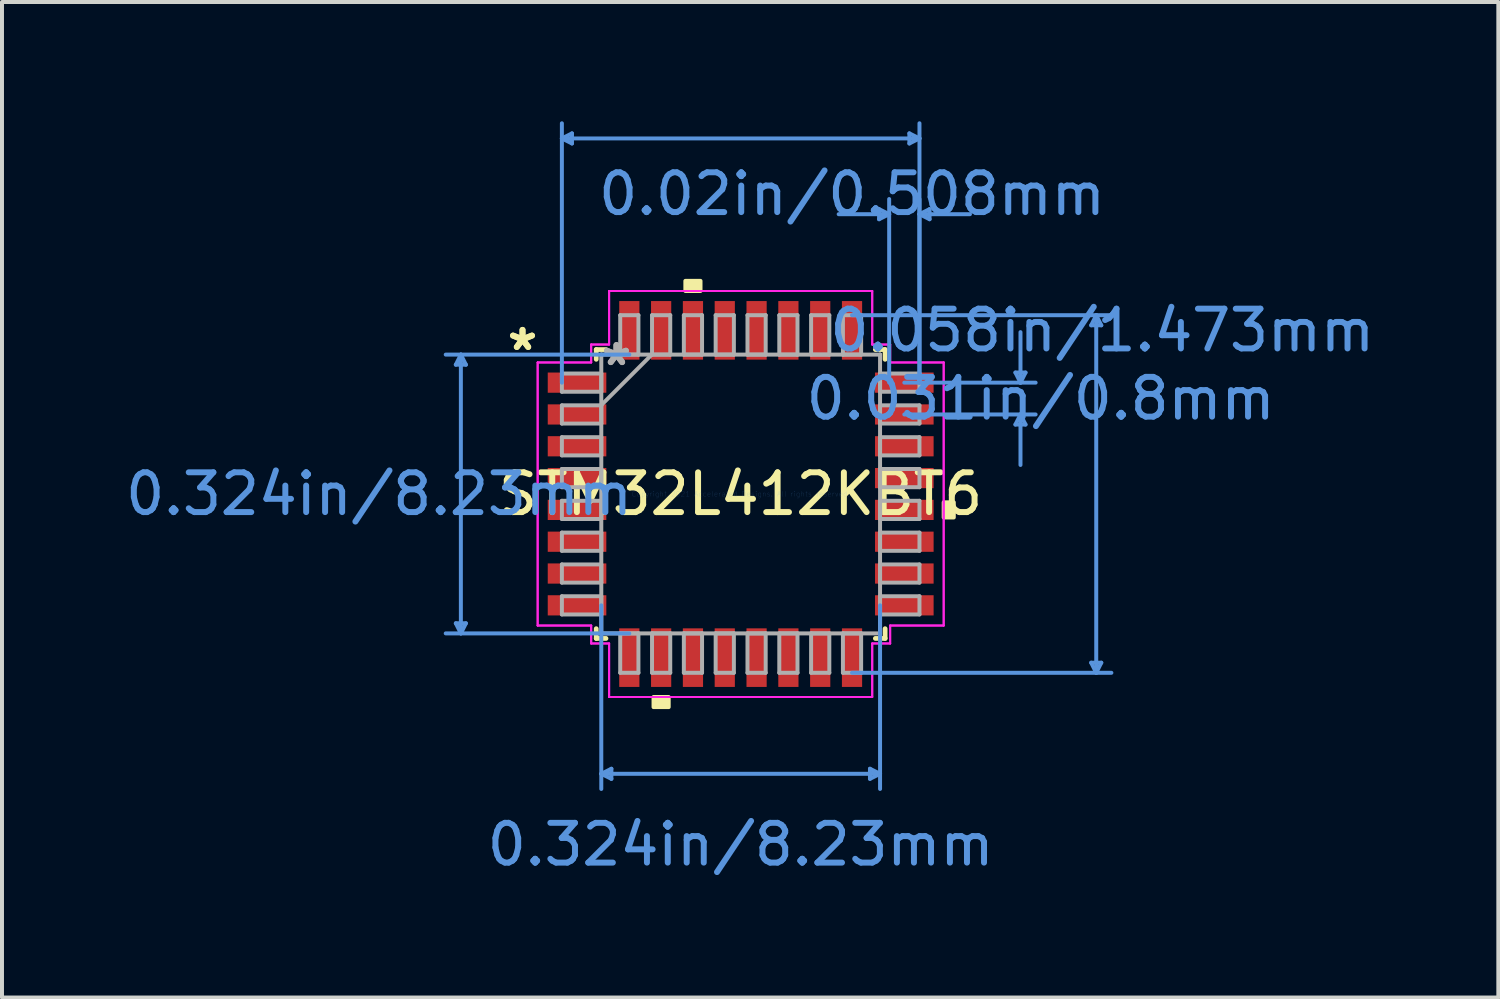
<source format=kicad_pcb>
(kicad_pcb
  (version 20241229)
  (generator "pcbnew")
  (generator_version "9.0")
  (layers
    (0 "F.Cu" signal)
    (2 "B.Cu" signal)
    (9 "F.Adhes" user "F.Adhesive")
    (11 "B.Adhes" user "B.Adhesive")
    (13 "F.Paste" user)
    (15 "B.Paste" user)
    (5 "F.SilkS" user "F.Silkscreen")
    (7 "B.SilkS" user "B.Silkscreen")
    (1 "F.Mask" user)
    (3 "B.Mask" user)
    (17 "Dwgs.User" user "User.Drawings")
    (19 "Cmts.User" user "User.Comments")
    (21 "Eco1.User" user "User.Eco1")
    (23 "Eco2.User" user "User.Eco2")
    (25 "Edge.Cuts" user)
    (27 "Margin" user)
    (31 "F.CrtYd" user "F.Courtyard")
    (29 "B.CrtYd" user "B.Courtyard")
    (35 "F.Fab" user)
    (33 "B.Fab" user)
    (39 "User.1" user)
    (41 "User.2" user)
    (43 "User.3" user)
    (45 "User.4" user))
  (footprint "STM32L412KBT6"
    (layer "F.Cu")
    (at 15.575 9.372)
    (property "Reference" "STM32L412KBT6" (at 0 0 0) (layer "F.SilkS") (effects (font (size 1 1) (thickness 0.15))))
    (attr through_hole)
    (fp_line (start -3.632 -3.632) (end -3.632 -3.387) (stroke (width 0.12) (type solid)) (layer "F.SilkS"))
    (fp_line (start -3.632 3.387) (end -3.632 3.632) (stroke (width 0.12) (type solid)) (layer "F.SilkS"))
    (fp_line (start -3.632 3.632) (end -3.387 3.632) (stroke (width 0.12) (type solid)) (layer "F.SilkS"))
    (fp_line (start -3.387 -3.632) (end -3.632 -3.632) (stroke (width 0.12) (type solid)) (layer "F.SilkS"))
    (fp_line (start 3.387 3.632) (end 3.632 3.632) (stroke (width 0.12) (type solid)) (layer "F.SilkS"))
    (fp_line (start 3.632 -3.632) (end 3.387 -3.632) (stroke (width 0.12) (type solid)) (layer "F.SilkS"))
    (fp_line (start 3.632 -3.387) (end 3.632 -3.632) (stroke (width 0.12) (type solid)) (layer "F.SilkS"))
    (fp_line (start 3.632 3.632) (end 3.632 3.387) (stroke (width 0.12) (type solid)) (layer "F.SilkS"))
    (fp_poly (pts (xy -2.191 5.105) (xy -2.191 5.359) (xy -1.81 5.359) (xy -1.81 5.105)) (stroke (width 0.1) (type solid)) (fill yes) (layer "F.SilkS"))
    (fp_poly (pts (xy -1.391 -5.105) (xy -1.391 -5.359) (xy -1.01 -5.359) (xy -1.01 -5.105)) (stroke (width 0.1) (type solid)) (fill yes) (layer "F.SilkS"))
    (fp_poly (pts (xy 5.359 0.209) (xy 5.359 0.59) (xy 5.105 0.59) (xy 5.105 0.209)) (stroke (width 0.1) (type solid)) (fill yes) (layer "F.SilkS"))
    (fp_line (start -7.163 -3.251) (end -6.909 -3.251) (stroke (width 0.1) (type solid)) (layer "Cmts.User"))
    (fp_line (start -7.163 3.251) (end -6.909 3.251) (stroke (width 0.1) (type solid)) (layer "Cmts.User"))
    (fp_line (start -7.036 -3.505) (end -7.163 -3.251) (stroke (width 0.1) (type solid)) (layer "Cmts.User"))
    (fp_line (start -7.036 -3.505) (end -7.036 3.505) (stroke (width 0.1) (type solid)) (layer "Cmts.User"))
    (fp_line (start -7.036 -3.505) (end -6.909 -3.251) (stroke (width 0.1) (type solid)) (layer "Cmts.User"))
    (fp_line (start -7.036 3.505) (end -7.163 3.251) (stroke (width 0.1) (type solid)) (layer "Cmts.User"))
    (fp_line (start -7.036 3.505) (end -6.909 3.251) (stroke (width 0.1) (type solid)) (layer "Cmts.User"))
    (fp_line (start -4.496 -8.941) (end -4.242 -9.068) (stroke (width 0.1) (type solid)) (layer "Cmts.User"))
    (fp_line (start -4.496 -8.941) (end -4.242 -8.814) (stroke (width 0.1) (type solid)) (layer "Cmts.User"))
    (fp_line (start -4.496 -8.941) (end 4.496 -8.941) (stroke (width 0.1) (type solid)) (layer "Cmts.User"))
    (fp_line (start -4.496 -2.8) (end -4.496 -9.322) (stroke (width 0.1) (type solid)) (layer "Cmts.User"))
    (fp_line (start -4.242 -9.068) (end -4.242 -8.814) (stroke (width 0.1) (type solid)) (layer "Cmts.User"))
    (fp_line (start -3.505 2.8) (end -3.505 7.417) (stroke (width 0.1) (type solid)) (layer "Cmts.User"))
    (fp_line (start -3.505 7.036) (end -3.251 6.909) (stroke (width 0.1) (type solid)) (layer "Cmts.User"))
    (fp_line (start -3.505 7.036) (end -3.251 7.163) (stroke (width 0.1) (type solid)) (layer "Cmts.User"))
    (fp_line (start -3.505 7.036) (end 3.505 7.036) (stroke (width 0.1) (type solid)) (layer "Cmts.User"))
    (fp_line (start -3.251 6.909) (end -3.251 7.163) (stroke (width 0.1) (type solid)) (layer "Cmts.User"))
    (fp_line (start -2.8 -3.505) (end -7.417 -3.505) (stroke (width 0.1) (type solid)) (layer "Cmts.User"))
    (fp_line (start -2.8 3.505) (end -7.417 3.505) (stroke (width 0.1) (type solid)) (layer "Cmts.User"))
    (fp_line (start 2.8 -4.496) (end 9.322 -4.496) (stroke (width 0.1) (type solid)) (layer "Cmts.User"))
    (fp_line (start 2.8 4.496) (end 9.322 4.496) (stroke (width 0.1) (type solid)) (layer "Cmts.User"))
    (fp_line (start 3.251 6.909) (end 3.251 7.163) (stroke (width 0.1) (type solid)) (layer "Cmts.User"))
    (fp_line (start 3.48 -7.163) (end 3.48 -6.909) (stroke (width 0.1) (type solid)) (layer "Cmts.User"))
    (fp_line (start 3.505 2.8) (end 3.505 7.417) (stroke (width 0.1) (type solid)) (layer "Cmts.User"))
    (fp_line (start 3.505 7.036) (end 3.251 6.909) (stroke (width 0.1) (type solid)) (layer "Cmts.User"))
    (fp_line (start 3.505 7.036) (end 3.251 7.163) (stroke (width 0.1) (type solid)) (layer "Cmts.User"))
    (fp_line (start 3.734 -7.036) (end 2.464 -7.036) (stroke (width 0.1) (type solid)) (layer "Cmts.User"))
    (fp_line (start 3.734 -7.036) (end 3.48 -7.163) (stroke (width 0.1) (type solid)) (layer "Cmts.User"))
    (fp_line (start 3.734 -7.036) (end 3.48 -6.909) (stroke (width 0.1) (type solid)) (layer "Cmts.User"))
    (fp_line (start 3.734 -2.8) (end 3.734 -7.417) (stroke (width 0.1) (type solid)) (layer "Cmts.User"))
    (fp_line (start 4.115 -2.8) (end 7.417 -2.8) (stroke (width 0.1) (type solid)) (layer "Cmts.User"))
    (fp_line (start 4.115 -2) (end 7.417 -2) (stroke (width 0.1) (type solid)) (layer "Cmts.User"))
    (fp_line (start 4.242 -9.068) (end 4.242 -8.814) (stroke (width 0.1) (type solid)) (layer "Cmts.User"))
    (fp_line (start 4.496 -8.941) (end 4.242 -9.068) (stroke (width 0.1) (type solid)) (layer "Cmts.User"))
    (fp_line (start 4.496 -8.941) (end 4.242 -8.814) (stroke (width 0.1) (type solid)) (layer "Cmts.User"))
    (fp_line (start 4.496 -7.036) (end 4.75 -7.163) (stroke (width 0.1) (type solid)) (layer "Cmts.User"))
    (fp_line (start 4.496 -7.036) (end 4.75 -6.909) (stroke (width 0.1) (type solid)) (layer "Cmts.User"))
    (fp_line (start 4.496 -7.036) (end 5.766 -7.036) (stroke (width 0.1) (type solid)) (layer "Cmts.User"))
    (fp_line (start 4.496 -2.8) (end 4.496 -9.322) (stroke (width 0.1) (type solid)) (layer "Cmts.User"))
    (fp_line (start 4.496 -2.8) (end 4.496 -7.417) (stroke (width 0.1) (type solid)) (layer "Cmts.User"))
    (fp_line (start 4.75 -7.163) (end 4.75 -6.909) (stroke (width 0.1) (type solid)) (layer "Cmts.User"))
    (fp_line (start 6.909 -3.054) (end 7.163 -3.054) (stroke (width 0.1) (type solid)) (layer "Cmts.User"))
    (fp_line (start 6.909 -1.746) (end 7.163 -1.746) (stroke (width 0.1) (type solid)) (layer "Cmts.User"))
    (fp_line (start 7.036 -2.8) (end 6.909 -3.054) (stroke (width 0.1) (type solid)) (layer "Cmts.User"))
    (fp_line (start 7.036 -2.8) (end 7.036 -4.07) (stroke (width 0.1) (type solid)) (layer "Cmts.User"))
    (fp_line (start 7.036 -2.8) (end 7.163 -3.054) (stroke (width 0.1) (type solid)) (layer "Cmts.User"))
    (fp_line (start 7.036 -2) (end 6.909 -1.746) (stroke (width 0.1) (type solid)) (layer "Cmts.User"))
    (fp_line (start 7.036 -2) (end 7.036 -0.73) (stroke (width 0.1) (type solid)) (layer "Cmts.User"))
    (fp_line (start 7.036 -2) (end 7.163 -1.746) (stroke (width 0.1) (type solid)) (layer "Cmts.User"))
    (fp_line (start 8.814 -4.242) (end 9.068 -4.242) (stroke (width 0.1) (type solid)) (layer "Cmts.User"))
    (fp_line (start 8.814 4.242) (end 9.068 4.242) (stroke (width 0.1) (type solid)) (layer "Cmts.User"))
    (fp_line (start 8.941 -4.496) (end 8.814 -4.242) (stroke (width 0.1) (type solid)) (layer "Cmts.User"))
    (fp_line (start 8.941 -4.496) (end 8.941 4.496) (stroke (width 0.1) (type solid)) (layer "Cmts.User"))
    (fp_line (start 8.941 -4.496) (end 9.068 -4.242) (stroke (width 0.1) (type solid)) (layer "Cmts.User"))
    (fp_line (start 8.941 4.496) (end 8.814 4.242) (stroke (width 0.1) (type solid)) (layer "Cmts.User"))
    (fp_line (start 8.941 4.496) (end 9.068 4.242) (stroke (width 0.1) (type solid)) (layer "Cmts.User"))
    (fp_line (start -5.105 -3.308) (end -3.759 -3.308) (stroke (width 0.05) (type solid)) (layer "F.CrtYd"))
    (fp_line (start -5.105 -3.308) (end -3.759 -3.308) (stroke (width 0.05) (type solid)) (layer "F.CrtYd"))
    (fp_line (start -5.105 3.308) (end -5.105 -3.308) (stroke (width 0.05) (type solid)) (layer "F.CrtYd"))
    (fp_line (start -5.105 3.308) (end -5.105 -3.308) (stroke (width 0.05) (type solid)) (layer "F.CrtYd"))
    (fp_line (start -3.759 -3.759) (end -3.308 -3.759) (stroke (width 0.05) (type solid)) (layer "F.CrtYd"))
    (fp_line (start -3.759 -3.759) (end -3.308 -3.759) (stroke (width 0.05) (type solid)) (layer "F.CrtYd"))
    (fp_line (start -3.759 -3.308) (end -3.759 -3.759) (stroke (width 0.05) (type solid)) (layer "F.CrtYd"))
    (fp_line (start -3.759 -3.308) (end -3.759 -3.759) (stroke (width 0.05) (type solid)) (layer "F.CrtYd"))
    (fp_line (start -3.759 3.308) (end -5.105 3.308) (stroke (width 0.05) (type solid)) (layer "F.CrtYd"))
    (fp_line (start -3.759 3.308) (end -5.105 3.308) (stroke (width 0.05) (type solid)) (layer "F.CrtYd"))
    (fp_line (start -3.759 3.759) (end -3.759 3.308) (stroke (width 0.05) (type solid)) (layer "F.CrtYd"))
    (fp_line (start -3.759 3.759) (end -3.759 3.308) (stroke (width 0.05) (type solid)) (layer "F.CrtYd"))
    (fp_line (start -3.759 3.759) (end -3.308 3.759) (stroke (width 0.05) (type solid)) (layer "F.CrtYd"))
    (fp_line (start -3.308 -5.105) (end 3.308 -5.105) (stroke (width 0.05) (type solid)) (layer "F.CrtYd"))
    (fp_line (start -3.308 -5.105) (end 3.308 -5.105) (stroke (width 0.05) (type solid)) (layer "F.CrtYd"))
    (fp_line (start -3.308 -3.759) (end -3.308 -5.105) (stroke (width 0.05) (type solid)) (layer "F.CrtYd"))
    (fp_line (start -3.308 -3.759) (end -3.308 -5.105) (stroke (width 0.05) (type solid)) (layer "F.CrtYd"))
    (fp_line (start -3.308 3.759) (end -3.759 3.759) (stroke (width 0.05) (type solid)) (layer "F.CrtYd"))
    (fp_line (start -3.308 3.759) (end -3.308 5.105) (stroke (width 0.05) (type solid)) (layer "F.CrtYd"))
    (fp_line (start -3.308 5.105) (end -3.308 3.759) (stroke (width 0.05) (type solid)) (layer "F.CrtYd"))
    (fp_line (start -3.308 5.105) (end 3.308 5.105) (stroke (width 0.05) (type solid)) (layer "F.CrtYd"))
    (fp_line (start 3.308 -5.105) (end 3.308 -3.759) (stroke (width 0.05) (type solid)) (layer "F.CrtYd"))
    (fp_line (start 3.308 -5.105) (end 3.308 -3.759) (stroke (width 0.05) (type solid)) (layer "F.CrtYd"))
    (fp_line (start 3.308 -3.759) (end 3.759 -3.759) (stroke (width 0.05) (type solid)) (layer "F.CrtYd"))
    (fp_line (start 3.308 -3.759) (end 3.759 -3.759) (stroke (width 0.05) (type solid)) (layer "F.CrtYd"))
    (fp_line (start 3.308 3.759) (end 3.308 5.105) (stroke (width 0.05) (type solid)) (layer "F.CrtYd"))
    (fp_line (start 3.308 3.759) (end 3.759 3.759) (stroke (width 0.05) (type solid)) (layer "F.CrtYd"))
    (fp_line (start 3.308 5.105) (end -3.308 5.105) (stroke (width 0.05) (type solid)) (layer "F.CrtYd"))
    (fp_line (start 3.308 5.105) (end 3.308 3.759) (stroke (width 0.05) (type solid)) (layer "F.CrtYd"))
    (fp_line (start 3.759 -3.759) (end 3.759 -3.308) (stroke (width 0.05) (type solid)) (layer "F.CrtYd"))
    (fp_line (start 3.759 -3.308) (end 3.759 -3.759) (stroke (width 0.05) (type solid)) (layer "F.CrtYd"))
    (fp_line (start 3.759 -3.308) (end 5.105 -3.308) (stroke (width 0.05) (type solid)) (layer "F.CrtYd"))
    (fp_line (start 3.759 3.308) (end 3.759 3.759) (stroke (width 0.05) (type solid)) (layer "F.CrtYd"))
    (fp_line (start 3.759 3.308) (end 5.105 3.308) (stroke (width 0.05) (type solid)) (layer "F.CrtYd"))
    (fp_line (start 3.759 3.759) (end 3.308 3.759) (stroke (width 0.05) (type solid)) (layer "F.CrtYd"))
    (fp_line (start 3.759 3.759) (end 3.759 3.308) (stroke (width 0.05) (type solid)) (layer "F.CrtYd"))
    (fp_line (start 5.105 -3.308) (end 3.759 -3.308) (stroke (width 0.05) (type solid)) (layer "F.CrtYd"))
    (fp_line (start 5.105 -3.308) (end 5.105 3.308) (stroke (width 0.05) (type solid)) (layer "F.CrtYd"))
    (fp_line (start 5.105 3.308) (end 3.759 3.308) (stroke (width 0.05) (type solid)) (layer "F.CrtYd"))
    (fp_line (start 5.105 3.308) (end 5.105 -3.308) (stroke (width 0.05) (type solid)) (layer "F.CrtYd"))
    (fp_line (start -4.496 -3.029) (end -4.496 -2.571) (stroke (width 0.1) (type solid)) (layer "F.Fab"))
    (fp_line (start -4.496 -2.571) (end -3.505 -2.571) (stroke (width 0.1) (type solid)) (layer "F.Fab"))
    (fp_line (start -4.496 -2.229) (end -4.496 -1.771) (stroke (width 0.1) (type solid)) (layer "F.Fab"))
    (fp_line (start -4.496 -1.771) (end -3.505 -1.771) (stroke (width 0.1) (type solid)) (layer "F.Fab"))
    (fp_line (start -4.496 -1.429) (end -4.496 -0.971) (stroke (width 0.1) (type solid)) (layer "F.Fab"))
    (fp_line (start -4.496 -0.971) (end -3.505 -0.971) (stroke (width 0.1) (type solid)) (layer "F.Fab"))
    (fp_line (start -4.496 -0.629) (end -4.496 -0.171) (stroke (width 0.1) (type solid)) (layer "F.Fab"))
    (fp_line (start -4.496 -0.171) (end -3.505 -0.171) (stroke (width 0.1) (type solid)) (layer "F.Fab"))
    (fp_line (start -4.496 0.171) (end -4.496 0.629) (stroke (width 0.1) (type solid)) (layer "F.Fab"))
    (fp_line (start -4.496 0.629) (end -3.505 0.629) (stroke (width 0.1) (type solid)) (layer "F.Fab"))
    (fp_line (start -4.496 0.971) (end -4.496 1.429) (stroke (width 0.1) (type solid)) (layer "F.Fab"))
    (fp_line (start -4.496 1.429) (end -3.505 1.429) (stroke (width 0.1) (type solid)) (layer "F.Fab"))
    (fp_line (start -4.496 1.771) (end -4.496 2.229) (stroke (width 0.1) (type solid)) (layer "F.Fab"))
    (fp_line (start -4.496 2.229) (end -3.505 2.229) (stroke (width 0.1) (type solid)) (layer "F.Fab"))
    (fp_line (start -4.496 2.571) (end -4.496 3.029) (stroke (width 0.1) (type solid)) (layer "F.Fab"))
    (fp_line (start -4.496 3.029) (end -3.505 3.029) (stroke (width 0.1) (type solid)) (layer "F.Fab"))
    (fp_line (start -3.505 -3.505) (end -3.505 -3.505) (stroke (width 0.1) (type solid)) (layer "F.Fab"))
    (fp_line (start -3.505 -3.505) (end -3.505 3.505) (stroke (width 0.1) (type solid)) (layer "F.Fab"))
    (fp_line (start -3.505 -3.029) (end -4.496 -3.029) (stroke (width 0.1) (type solid)) (layer "F.Fab"))
    (fp_line (start -3.505 -2.571) (end -3.505 -3.029) (stroke (width 0.1) (type solid)) (layer "F.Fab"))
    (fp_line (start -3.505 -2.235) (end -2.235 -3.505) (stroke (width 0.1) (type solid)) (layer "F.Fab"))
    (fp_line (start -3.505 -2.229) (end -4.496 -2.229) (stroke (width 0.1) (type solid)) (layer "F.Fab"))
    (fp_line (start -3.505 -1.771) (end -3.505 -2.229) (stroke (width 0.1) (type solid)) (layer "F.Fab"))
    (fp_line (start -3.505 -1.429) (end -4.496 -1.429) (stroke (width 0.1) (type solid)) (layer "F.Fab"))
    (fp_line (start -3.505 -0.971) (end -3.505 -1.429) (stroke (width 0.1) (type solid)) (layer "F.Fab"))
    (fp_line (start -3.505 -0.629) (end -4.496 -0.629) (stroke (width 0.1) (type solid)) (layer "F.Fab"))
    (fp_line (start -3.505 -0.171) (end -3.505 -0.629) (stroke (width 0.1) (type solid)) (layer "F.Fab"))
    (fp_line (start -3.505 0.171) (end -4.496 0.171) (stroke (width 0.1) (type solid)) (layer "F.Fab"))
    (fp_line (start -3.505 0.629) (end -3.505 0.171) (stroke (width 0.1) (type solid)) (layer "F.Fab"))
    (fp_line (start -3.505 0.971) (end -4.496 0.971) (stroke (width 0.1) (type solid)) (layer "F.Fab"))
    (fp_line (start -3.505 1.429) (end -3.505 0.971) (stroke (width 0.1) (type solid)) (layer "F.Fab"))
    (fp_line (start -3.505 1.771) (end -4.496 1.771) (stroke (width 0.1) (type solid)) (layer "F.Fab"))
    (fp_line (start -3.505 2.229) (end -3.505 1.771) (stroke (width 0.1) (type solid)) (layer "F.Fab"))
    (fp_line (start -3.505 2.571) (end -4.496 2.571) (stroke (width 0.1) (type solid)) (layer "F.Fab"))
    (fp_line (start -3.505 3.029) (end -3.505 2.571) (stroke (width 0.1) (type solid)) (layer "F.Fab"))
    (fp_line (start -3.505 3.505) (end -3.505 3.505) (stroke (width 0.1) (type solid)) (layer "F.Fab"))
    (fp_line (start -3.505 3.505) (end 3.505 3.505) (stroke (width 0.1) (type solid)) (layer "F.Fab"))
    (fp_line (start -3.029 -4.496) (end -3.029 -3.505) (stroke (width 0.1) (type solid)) (layer "F.Fab"))
    (fp_line (start -3.029 -3.505) (end -2.571 -3.505) (stroke (width 0.1) (type solid)) (layer "F.Fab"))
    (fp_line (start -3.029 3.505) (end -3.029 4.496) (stroke (width 0.1) (type solid)) (layer "F.Fab"))
    (fp_line (start -3.029 4.496) (end -2.571 4.496) (stroke (width 0.1) (type solid)) (layer "F.Fab"))
    (fp_line (start -2.571 -4.496) (end -3.029 -4.496) (stroke (width 0.1) (type solid)) (layer "F.Fab"))
    (fp_line (start -2.571 -3.505) (end -2.571 -4.496) (stroke (width 0.1) (type solid)) (layer "F.Fab"))
    (fp_line (start -2.571 3.505) (end -3.029 3.505) (stroke (width 0.1) (type solid)) (layer "F.Fab"))
    (fp_line (start -2.571 4.496) (end -2.571 3.505) (stroke (width 0.1) (type solid)) (layer "F.Fab"))
    (fp_line (start -2.229 -4.496) (end -2.229 -3.505) (stroke (width 0.1) (type solid)) (layer "F.Fab"))
    (fp_line (start -2.229 -3.505) (end -1.771 -3.505) (stroke (width 0.1) (type solid)) (layer "F.Fab"))
    (fp_line (start -2.229 3.505) (end -2.229 4.496) (stroke (width 0.1) (type solid)) (layer "F.Fab"))
    (fp_line (start -2.229 4.496) (end -1.771 4.496) (stroke (width 0.1) (type solid)) (layer "F.Fab"))
    (fp_line (start -1.771 -4.496) (end -2.229 -4.496) (stroke (width 0.1) (type solid)) (layer "F.Fab"))
    (fp_line (start -1.771 -3.505) (end -1.771 -4.496) (stroke (width 0.1) (type solid)) (layer "F.Fab"))
    (fp_line (start -1.771 3.505) (end -2.229 3.505) (stroke (width 0.1) (type solid)) (layer "F.Fab"))
    (fp_line (start -1.771 4.496) (end -1.771 3.505) (stroke (width 0.1) (type solid)) (layer "F.Fab"))
    (fp_line (start -1.429 -4.496) (end -1.429 -3.505) (stroke (width 0.1) (type solid)) (layer "F.Fab"))
    (fp_line (start -1.429 -3.505) (end -0.971 -3.505) (stroke (width 0.1) (type solid)) (layer "F.Fab"))
    (fp_line (start -1.429 3.505) (end -1.429 4.496) (stroke (width 0.1) (type solid)) (layer "F.Fab"))
    (fp_line (start -1.429 4.496) (end -0.971 4.496) (stroke (width 0.1) (type solid)) (layer "F.Fab"))
    (fp_line (start -0.971 -4.496) (end -1.429 -4.496) (stroke (width 0.1) (type solid)) (layer "F.Fab"))
    (fp_line (start -0.971 -3.505) (end -0.971 -4.496) (stroke (width 0.1) (type solid)) (layer "F.Fab"))
    (fp_line (start -0.971 3.505) (end -1.429 3.505) (stroke (width 0.1) (type solid)) (layer "F.Fab"))
    (fp_line (start -0.971 4.496) (end -0.971 3.505) (stroke (width 0.1) (type solid)) (layer "F.Fab"))
    (fp_line (start -0.629 -4.496) (end -0.629 -3.505) (stroke (width 0.1) (type solid)) (layer "F.Fab"))
    (fp_line (start -0.629 -3.505) (end -0.171 -3.505) (stroke (width 0.1) (type solid)) (layer "F.Fab"))
    (fp_line (start -0.629 3.505) (end -0.629 4.496) (stroke (width 0.1) (type solid)) (layer "F.Fab"))
    (fp_line (start -0.629 4.496) (end -0.171 4.496) (stroke (width 0.1) (type solid)) (layer "F.Fab"))
    (fp_line (start -0.171 -4.496) (end -0.629 -4.496) (stroke (width 0.1) (type solid)) (layer "F.Fab"))
    (fp_line (start -0.171 -3.505) (end -0.171 -4.496) (stroke (width 0.1) (type solid)) (layer "F.Fab"))
    (fp_line (start -0.171 3.505) (end -0.629 3.505) (stroke (width 0.1) (type solid)) (layer "F.Fab"))
    (fp_line (start -0.171 4.496) (end -0.171 3.505) (stroke (width 0.1) (type solid)) (layer "F.Fab"))
    (fp_line (start 0.171 -4.496) (end 0.171 -3.505) (stroke (width 0.1) (type solid)) (layer "F.Fab"))
    (fp_line (start 0.171 -3.505) (end 0.629 -3.505) (stroke (width 0.1) (type solid)) (layer "F.Fab"))
    (fp_line (start 0.171 3.505) (end 0.171 4.496) (stroke (width 0.1) (type solid)) (layer "F.Fab"))
    (fp_line (start 0.171 4.496) (end 0.629 4.496) (stroke (width 0.1) (type solid)) (layer "F.Fab"))
    (fp_line (start 0.629 -4.496) (end 0.171 -4.496) (stroke (width 0.1) (type solid)) (layer "F.Fab"))
    (fp_line (start 0.629 -3.505) (end 0.629 -4.496) (stroke (width 0.1) (type solid)) (layer "F.Fab"))
    (fp_line (start 0.629 3.505) (end 0.171 3.505) (stroke (width 0.1) (type solid)) (layer "F.Fab"))
    (fp_line (start 0.629 4.496) (end 0.629 3.505) (stroke (width 0.1) (type solid)) (layer "F.Fab"))
    (fp_line (start 0.971 -4.496) (end 0.971 -3.505) (stroke (width 0.1) (type solid)) (layer "F.Fab"))
    (fp_line (start 0.971 -3.505) (end 1.429 -3.505) (stroke (width 0.1) (type solid)) (layer "F.Fab"))
    (fp_line (start 0.971 3.505) (end 0.971 4.496) (stroke (width 0.1) (type solid)) (layer "F.Fab"))
    (fp_line (start 0.971 4.496) (end 1.429 4.496) (stroke (width 0.1) (type solid)) (layer "F.Fab"))
    (fp_line (start 1.429 -4.496) (end 0.971 -4.496) (stroke (width 0.1) (type solid)) (layer "F.Fab"))
    (fp_line (start 1.429 -3.505) (end 1.429 -4.496) (stroke (width 0.1) (type solid)) (layer "F.Fab"))
    (fp_line (start 1.429 3.505) (end 0.971 3.505) (stroke (width 0.1) (type solid)) (layer "F.Fab"))
    (fp_line (start 1.429 4.496) (end 1.429 3.505) (stroke (width 0.1) (type solid)) (layer "F.Fab"))
    (fp_line (start 1.771 -4.496) (end 1.771 -3.505) (stroke (width 0.1) (type solid)) (layer "F.Fab"))
    (fp_line (start 1.771 -3.505) (end 2.229 -3.505) (stroke (width 0.1) (type solid)) (layer "F.Fab"))
    (fp_line (start 1.771 3.505) (end 1.771 4.496) (stroke (width 0.1) (type solid)) (layer "F.Fab"))
    (fp_line (start 1.771 4.496) (end 2.229 4.496) (stroke (width 0.1) (type solid)) (layer "F.Fab"))
    (fp_line (start 2.229 -4.496) (end 1.771 -4.496) (stroke (width 0.1) (type solid)) (layer "F.Fab"))
    (fp_line (start 2.229 -3.505) (end 2.229 -4.496) (stroke (width 0.1) (type solid)) (layer "F.Fab"))
    (fp_line (start 2.229 3.505) (end 1.771 3.505) (stroke (width 0.1) (type solid)) (layer "F.Fab"))
    (fp_line (start 2.229 4.496) (end 2.229 3.505) (stroke (width 0.1) (type solid)) (layer "F.Fab"))
    (fp_line (start 2.571 -4.496) (end 2.571 -3.505) (stroke (width 0.1) (type solid)) (layer "F.Fab"))
    (fp_line (start 2.571 -3.505) (end 3.029 -3.505) (stroke (width 0.1) (type solid)) (layer "F.Fab"))
    (fp_line (start 2.571 3.505) (end 2.571 4.496) (stroke (width 0.1) (type solid)) (layer "F.Fab"))
    (fp_line (start 2.571 4.496) (end 3.029 4.496) (stroke (width 0.1) (type solid)) (layer "F.Fab"))
    (fp_line (start 3.029 -4.496) (end 2.571 -4.496) (stroke (width 0.1) (type solid)) (layer "F.Fab"))
    (fp_line (start 3.029 -3.505) (end 3.029 -4.496) (stroke (width 0.1) (type solid)) (layer "F.Fab"))
    (fp_line (start 3.029 3.505) (end 2.571 3.505) (stroke (width 0.1) (type solid)) (layer "F.Fab"))
    (fp_line (start 3.029 4.496) (end 3.029 3.505) (stroke (width 0.1) (type solid)) (layer "F.Fab"))
    (fp_line (start 3.505 -3.505) (end -3.505 -3.505) (stroke (width 0.1) (type solid)) (layer "F.Fab"))
    (fp_line (start 3.505 -3.505) (end 3.505 -3.505) (stroke (width 0.1) (type solid)) (layer "F.Fab"))
    (fp_line (start 3.505 -3.029) (end 3.505 -2.571) (stroke (width 0.1) (type solid)) (layer "F.Fab"))
    (fp_line (start 3.505 -2.571) (end 4.496 -2.571) (stroke (width 0.1) (type solid)) (layer "F.Fab"))
    (fp_line (start 3.505 -2.229) (end 3.505 -1.771) (stroke (width 0.1) (type solid)) (layer "F.Fab"))
    (fp_line (start 3.505 -1.771) (end 4.496 -1.771) (stroke (width 0.1) (type solid)) (layer "F.Fab"))
    (fp_line (start 3.505 -1.429) (end 3.505 -0.971) (stroke (width 0.1) (type solid)) (layer "F.Fab"))
    (fp_line (start 3.505 -0.971) (end 4.496 -0.971) (stroke (width 0.1) (type solid)) (layer "F.Fab"))
    (fp_line (start 3.505 -0.629) (end 3.505 -0.171) (stroke (width 0.1) (type solid)) (layer "F.Fab"))
    (fp_line (start 3.505 -0.171) (end 4.496 -0.171) (stroke (width 0.1) (type solid)) (layer "F.Fab"))
    (fp_line (start 3.505 0.171) (end 3.505 0.629) (stroke (width 0.1) (type solid)) (layer "F.Fab"))
    (fp_line (start 3.505 0.629) (end 4.496 0.629) (stroke (width 0.1) (type solid)) (layer "F.Fab"))
    (fp_line (start 3.505 0.971) (end 3.505 1.429) (stroke (width 0.1) (type solid)) (layer "F.Fab"))
    (fp_line (start 3.505 1.429) (end 4.496 1.429) (stroke (width 0.1) (type solid)) (layer "F.Fab"))
    (fp_line (start 3.505 1.771) (end 3.505 2.229) (stroke (width 0.1) (type solid)) (layer "F.Fab"))
    (fp_line (start 3.505 2.229) (end 4.496 2.229) (stroke (width 0.1) (type solid)) (layer "F.Fab"))
    (fp_line (start 3.505 2.571) (end 3.505 3.029) (stroke (width 0.1) (type solid)) (layer "F.Fab"))
    (fp_line (start 3.505 3.029) (end 4.496 3.029) (stroke (width 0.1) (type solid)) (layer "F.Fab"))
    (fp_line (start 3.505 3.505) (end 3.505 -3.505) (stroke (width 0.1) (type solid)) (layer "F.Fab"))
    (fp_line (start 3.505 3.505) (end 3.505 3.505) (stroke (width 0.1) (type solid)) (layer "F.Fab"))
    (fp_line (start 4.496 -3.029) (end 3.505 -3.029) (stroke (width 0.1) (type solid)) (layer "F.Fab"))
    (fp_line (start 4.496 -2.571) (end 4.496 -3.029) (stroke (width 0.1) (type solid)) (layer "F.Fab"))
    (fp_line (start 4.496 -2.229) (end 3.505 -2.229) (stroke (width 0.1) (type solid)) (layer "F.Fab"))
    (fp_line (start 4.496 -1.771) (end 4.496 -2.229) (stroke (width 0.1) (type solid)) (layer "F.Fab"))
    (fp_line (start 4.496 -1.429) (end 3.505 -1.429) (stroke (width 0.1) (type solid)) (layer "F.Fab"))
    (fp_line (start 4.496 -0.971) (end 4.496 -1.429) (stroke (width 0.1) (type solid)) (layer "F.Fab"))
    (fp_line (start 4.496 -0.629) (end 3.505 -0.629) (stroke (width 0.1) (type solid)) (layer "F.Fab"))
    (fp_line (start 4.496 -0.171) (end 4.496 -0.629) (stroke (width 0.1) (type solid)) (layer "F.Fab"))
    (fp_line (start 4.496 0.171) (end 3.505 0.171) (stroke (width 0.1) (type solid)) (layer "F.Fab"))
    (fp_line (start 4.496 0.629) (end 4.496 0.171) (stroke (width 0.1) (type solid)) (layer "F.Fab"))
    (fp_line (start 4.496 0.971) (end 3.505 0.971) (stroke (width 0.1) (type solid)) (layer "F.Fab"))
    (fp_line (start 4.496 1.429) (end 4.496 0.971) (stroke (width 0.1) (type solid)) (layer "F.Fab"))
    (fp_line (start 4.496 1.771) (end 3.505 1.771) (stroke (width 0.1) (type solid)) (layer "F.Fab"))
    (fp_line (start 4.496 2.229) (end 4.496 1.771) (stroke (width 0.1) (type solid)) (layer "F.Fab"))
    (fp_line (start 4.496 2.571) (end 3.505 2.571) (stroke (width 0.1) (type solid)) (layer "F.Fab"))
    (fp_line (start 4.496 3.029) (end 4.496 2.571) (stroke (width 0.1) (type solid)) (layer "F.Fab"))
    (fp_text user "*" (at -5.486 -3.581 0) (layer "F.SilkS") (effects (font (size 1 1) (thickness 0.15))))
    (fp_text user "*" (at -5.486 -3.581 0) (layer "F.SilkS") (effects (font (size 1 1) (thickness 0.15))))
    (fp_text user "0.02in/0.508mm" (at 2.8 -7.544 0) (layer "Cmts.User") (effects (font (size 1 1) (thickness 0.15))))
    (fp_text user "0.324in/8.23mm" (at -9.093 0 0) (layer "Cmts.User") (effects (font (size 1 1) (thickness 0.15))))
    (fp_text user "0.031in/0.8mm" (at 7.544 -2.4 0) (layer "Cmts.User") (effects (font (size 1 1) (thickness 0.15))))
    (fp_text user "Copyright 2021 Accelerated Designs. All rights reserved." (at 0 0 0) (layer "Cmts.User") (effects (font (size 0.127 0.127) (thickness 0.002))))
    (fp_text user "0.324in/8.23mm" (at 0 8.814 0) (layer "Cmts.User") (effects (font (size 1 1) (thickness 0.15))))
    (fp_text user "0.058in/1.473mm" (at 9.093 -4.115 0) (layer "Cmts.User") (effects (font (size 1 1) (thickness 0.15))))
    (fp_text user "*" (at -3.124 -3.2 0) (layer "F.Fab") (effects (font (size 1 1) (thickness 0.15))))
    (fp_text user "*" (at -3.124 -3.2 0) (layer "F.Fab") (effects (font (size 1 1) (thickness 0.15))))
    (pad "1" smd rect (at -4.115 -2.8 90) (size 0.508 1.473) (layers "F.Cu" "F.Mask" "F.Paste"))
    (pad "2" smd rect (at -4.115 -2 90) (size 0.508 1.473) (layers "F.Cu" "F.Mask" "F.Paste"))
    (pad "3" smd rect (at -4.115 -1.2 90) (size 0.508 1.473) (layers "F.Cu" "F.Mask" "F.Paste"))
    (pad "4" smd rect (at -4.115 -0.4 90) (size 0.508 1.473) (layers "F.Cu" "F.Mask" "F.Paste"))
    (pad "5" smd rect (at -4.115 0.4 90) (size 0.508 1.473) (layers "F.Cu" "F.Mask" "F.Paste"))
    (pad "6" smd rect (at -4.115 1.2 90) (size 0.508 1.473) (layers "F.Cu" "F.Mask" "F.Paste"))
    (pad "7" smd rect (at -4.115 2 90) (size 0.508 1.473) (layers "F.Cu" "F.Mask" "F.Paste"))
    (pad "8" smd rect (at -4.115 2.8 90) (size 0.508 1.473) (layers "F.Cu" "F.Mask" "F.Paste"))
    (pad "9" smd rect (at -2.8 4.115) (size 0.508 1.473) (layers "F.Cu" "F.Mask" "F.Paste"))
    (pad "10" smd rect (at -2 4.115) (size 0.508 1.473) (layers "F.Cu" "F.Mask" "F.Paste"))
    (pad "11" smd rect (at -1.2 4.115) (size 0.508 1.473) (layers "F.Cu" "F.Mask" "F.Paste"))
    (pad "12" smd rect (at -0.4 4.115) (size 0.508 1.473) (layers "F.Cu" "F.Mask" "F.Paste"))
    (pad "13" smd rect (at 0.4 4.115) (size 0.508 1.473) (layers "F.Cu" "F.Mask" "F.Paste"))
    (pad "14" smd rect (at 1.2 4.115) (size 0.508 1.473) (layers "F.Cu" "F.Mask" "F.Paste"))
    (pad "15" smd rect (at 2 4.115) (size 0.508 1.473) (layers "F.Cu" "F.Mask" "F.Paste"))
    (pad "16" smd rect (at 2.8 4.115) (size 0.508 1.473) (layers "F.Cu" "F.Mask" "F.Paste"))
    (pad "17" smd rect (at 4.115 2.8 90) (size 0.508 1.473) (layers "F.Cu" "F.Mask" "F.Paste"))
    (pad "18" smd rect (at 4.115 2 90) (size 0.508 1.473) (layers "F.Cu" "F.Mask" "F.Paste"))
    (pad "19" smd rect (at 4.115 1.2 90) (size 0.508 1.473) (layers "F.Cu" "F.Mask" "F.Paste"))
    (pad "20" smd rect (at 4.115 0.4 90) (size 0.508 1.473) (layers "F.Cu" "F.Mask" "F.Paste"))
    (pad "21" smd rect (at 4.115 -0.4 90) (size 0.508 1.473) (layers "F.Cu" "F.Mask" "F.Paste"))
    (pad "22" smd rect (at 4.115 -1.2 90) (size 0.508 1.473) (layers "F.Cu" "F.Mask" "F.Paste"))
    (pad "23" smd rect (at 4.115 -2 90) (size 0.508 1.473) (layers "F.Cu" "F.Mask" "F.Paste"))
    (pad "24" smd rect (at 4.115 -2.8 90) (size 0.508 1.473) (layers "F.Cu" "F.Mask" "F.Paste"))
    (pad "25" smd rect (at 2.8 -4.115) (size 0.508 1.473) (layers "F.Cu" "F.Mask" "F.Paste"))
    (pad "26" smd rect (at 2 -4.115) (size 0.508 1.473) (layers "F.Cu" "F.Mask" "F.Paste"))
    (pad "27" smd rect (at 1.2 -4.115) (size 0.508 1.473) (layers "F.Cu" "F.Mask" "F.Paste"))
    (pad "28" smd rect (at 0.4 -4.115) (size 0.508 1.473) (layers "F.Cu" "F.Mask" "F.Paste"))
    (pad "29" smd rect (at -0.4 -4.115) (size 0.508 1.473) (layers "F.Cu" "F.Mask" "F.Paste"))
    (pad "30" smd rect (at -1.2 -4.115) (size 0.508 1.473) (layers "F.Cu" "F.Mask" "F.Paste"))
    (pad "31" smd rect (at -2 -4.115) (size 0.508 1.473) (layers "F.Cu" "F.Mask" "F.Paste"))
    (pad "32" smd rect (at -2.8 -4.115) (size 0.508 1.473) (layers "F.Cu" "F.Mask" "F.Paste")))
  (gr_rect
    (start -3 -3)
    (end 34.627 22.034)
    (stroke (width 0.1) (type default))
    (fill no)
    (layer "Edge.Cuts")))
</source>
